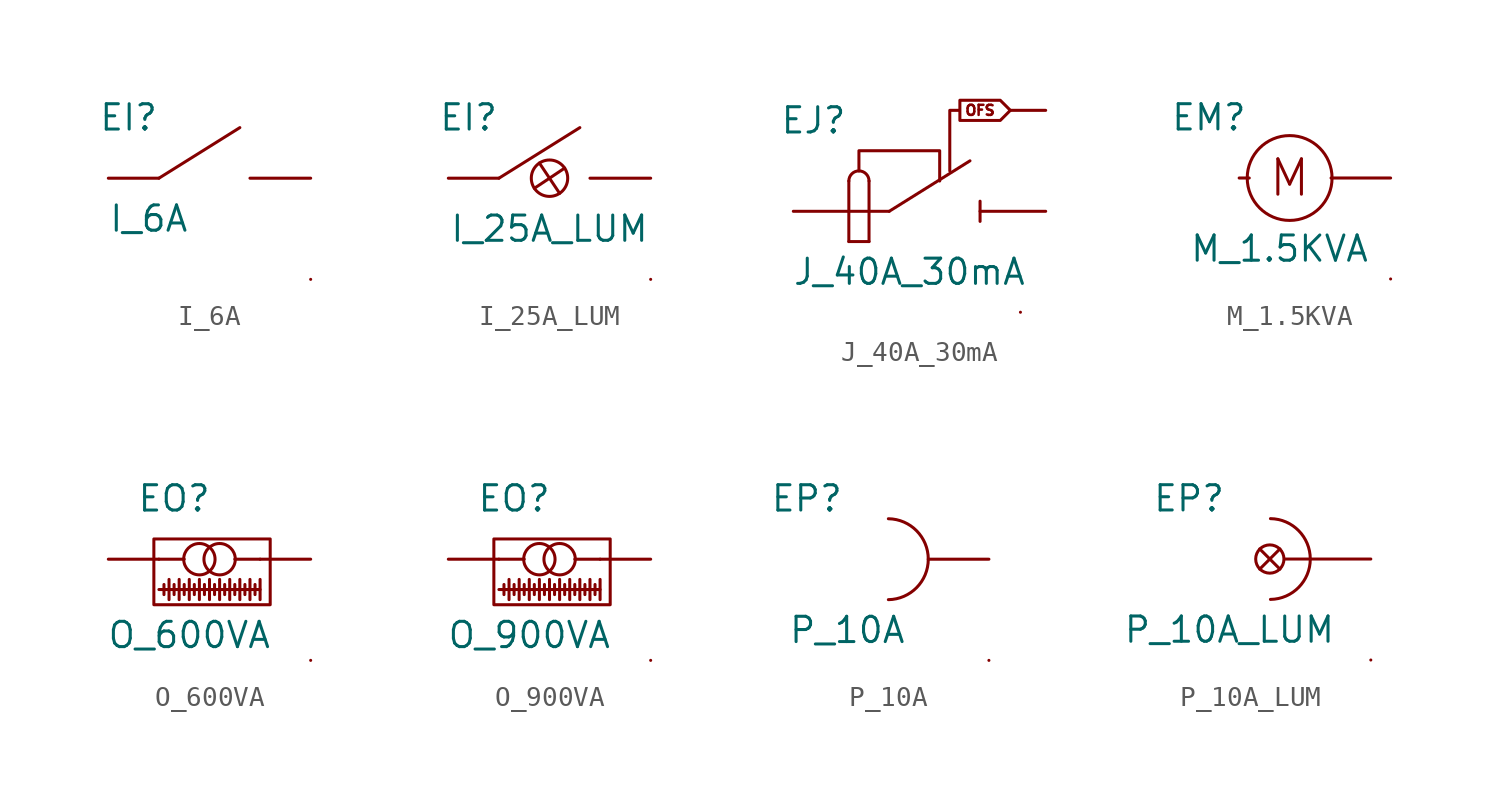
<source format=kicad_sym>
(kicad_symbol_lib
  (version 20201005)
  (generator kicad_symbol_editor)
  (symbol "elec-unifil:I_6A"
    (pin_numbers hide)
    (pin_names
      (offset 0.254))
    (property "Reference" "EI"
      (at -4.064 3.048 0)
      (effects (font (size 1.27 1.27))))
    (property "Value" "I_6A"
      (at -3.048 -2.032 0)
      (effects (font (size 1.27 1.27))))
    (symbol "I_6A_0_1"
      (polyline (pts (xy -2.54 0) (xy 1.524 2.54) (xy 1.524 2.54)) (stroke (width 0)) (fill (type none))))
    (symbol "I_6A_0_0"
      (polyline (pts (xy 5.08 -5.08) (xy 5.08 -5.08)) (stroke (width 0)) (fill (type none))))
    (symbol "I_6A_1_1"
      (pin passive line (at 5.08 0 180) (length 3.048) (name "~" (effects (font (size 1.016 1.016)))) (number "1" (effects (font (size 0.254 0.254)))))
      (pin passive line (at -5.08 0 0) (length 2.54) (name "~" (effects (font (size 1.016 1.016)))) (number "2" (effects (font (size 0.254 0.254)))))))
  (symbol "elec-unifil:I_25A_LUM"
    (pin_numbers hide)
    (pin_names
      (offset 0.254))
    (property "Reference" "EI"
      (at -4.064 3.048 0)
      (effects (font (size 1.27 1.27))))
    (property "Value" "I_25A_LUM"
      (at 0 -2.54 0)
      (effects (font (size 1.27 1.27))))
    (symbol "I_25A_LUM_0_1"
      (circle (center 0 0) (radius 0.914) (stroke (width 0)) (fill (type none)))
      (polyline (pts (xy 0.762 0.508) (xy -0.762 -0.508) (xy -0.762 -0.508)) (stroke (width 0)) (fill (type none)))
      (polyline (pts (xy -0.508 0.762) (xy 0.508 -0.762) (xy 0.508 -0.762) (xy 0.508 -0.762)) (stroke (width 0)) (fill (type none)))
      (polyline (pts (xy -2.54 0) (xy 1.524 2.54) (xy 1.524 2.54)) (stroke (width 0)) (fill (type none))))
    (symbol "I_25A_LUM_0_0"
      (polyline (pts (xy 5.08 -5.08) (xy 5.08 -5.08)) (stroke (width 0)) (fill (type none))))
    (symbol "I_25A_LUM_1_1"
      (pin passive line (at -5.08 0 0) (length 2.54) (name "~" (effects (font (size 1.016 1.016)))) (number "2" (effects (font (size 0.254 0.254)))))
      (pin passive line (at 5.08 0 180) (length 3.048) (name "~" (effects (font (size 1.016 1.016)))) (number "1" (effects (font (size 0.254 0.254)))))))
  (symbol "elec-unifil:J_40A_30mA"
    (pin_numbers hide)
    (pin_names
      (offset 0.254))
    (property "Reference" "EJ"
      (at -5.334 4.572 0)
      (effects (font (size 1.27 1.27))))
    (property "Value" "J_40A_30mA"
      (at -0.508 -3.048 0)
      (effects (font (size 1.27 1.27))))
    (symbol "J_40A_30mA_0_1"
      (arc (start -3.556 1.5249) (end -2.54 1.5249) (radius (at -3.048 1.524) (length 0.508) (angles 179.9 0.1)) (stroke (width 0)) (fill (type none)))
      (polyline (pts (xy -3.556 0) (xy -1.524 0) (xy -1.524 0)) (stroke (width 0)) (fill (type none)))
      (polyline (pts (xy -2.54 1.524) (xy -2.54 -1.524) (xy -2.54 -1.016) (xy -2.54 -1.016) (xy -2.54 -1.016)) (stroke (width 0)) (fill (type none)))
      (polyline (pts (xy -3.556 -1.524) (xy -2.54 -1.524) (xy -2.54 -1.524) (xy -2.54 -1.524) (xy -2.54 -1.524)) (stroke (width 0)) (fill (type none)))
      (polyline (pts (xy -3.048 2.032) (xy -3.048 3.048) (xy 1.016 3.048) (xy 1.016 1.524) (xy 1.016 1.524) (xy 1.016 1.524)) (stroke (width 0)) (fill (type none)))
      (polyline (pts (xy -1.524 0) (xy 2.54 2.54) (xy 2.54 2.54)) (stroke (width 0)) (fill (type none)))
      (polyline (pts (xy 1.524 2.032) (xy 1.524 5.08) (xy 2.032 5.08) (xy 2.032 5.588) (xy 4.064 5.588) (xy 4.572 5.08) (xy 4.064 4.572) (xy 2.032 4.572) (xy 2.032 5.08) (xy 2.032 5.08)) (stroke (width 0)) (fill (type none)))
      (polyline (pts (xy -3.556 1.524) (xy -3.556 -1.524) (xy -3.556 -1.524)) (stroke (width 0)) (fill (type none))))
    (symbol "J_40A_30mA_0_0"
      (text "OFS" (at 3.048 5.08 0) (effects (font (size 0.508 0.508))))
      (polyline (pts (xy 3.048 0.508) (xy 3.048 -0.508) (xy 3.048 -0.508) (xy 3.048 -0.508) (xy 3.048 -0.508)) (stroke (width 0)) (fill (type none)))
      (polyline (pts (xy 5.08 -5.08) (xy 5.08 -5.08)) (stroke (width 0)) (fill (type none))))
    (symbol "J_40A_30mA_1_1"
      (pin passive line (at 6.35 0 180) (length 3.302) (name "~" (effects (font (size 1.016 1.016)))) (number "1" (effects (font (size 0.254 0.254)))))
      (pin passive line (at -6.35 0 0) (length 2.794) (name "~" (effects (font (size 1.016 1.016)))) (number "2" (effects (font (size 0.254 0.254)))))
      (pin passive line (at 6.35 5.08 180) (length 1.778) (name "~" (effects (font (size 0.254 0.254)))) (number "3" (effects (font (size 0.254 0.254)))))))
  (symbol "elec-unifil:M_1.5KVA"
    (pin_numbers hide)
    (pin_names
      (offset 0.254))
    (property "Reference" "EM"
      (at -4.064 3.048 0)
      (effects (font (size 1.27 1.27))))
    (property "Value" "M_1.5KVA"
      (at -0.508 -3.556 0)
      (effects (font (size 1.27 1.27))))
    (symbol "M_1.5KVA_0_1"
      (circle (center 0 0) (radius 2.134) (stroke (width 0)) (fill (type none)))
      (polyline (pts (xy -2.54 0) (xy -2.032 0) (xy -2.032 0)) (stroke (width 0)) (fill (type none))))
    (symbol "M_1.5KVA_0_0"
      (text "M" (at 0 0 0) (effects (font (size 1.778 1.778))))
      (polyline (pts (xy 5.08 -5.08) (xy 5.08 -5.08)) (stroke (width 0)) (fill (type none))))
    (symbol "M_1.5KVA_1_1"
      (pin passive line (at 5.08 0 180) (length 2.997) (name "~" (effects (font (size 1.016 1.016)))) (number "1" (effects (font (size 0.254 0.254)))))))
  (symbol "elec-unifil:O_600VA"
    (pin_numbers hide)
    (pin_names
      (offset 0.254))
    (property "Reference" "EO"
      (at -1.778 3.048 0)
      (effects (font (size 1.27 1.27))))
    (property "Value" "O_600VA"
      (at -1.016 -3.81 0)
      (effects (font (size 1.27 1.27))))
    (symbol "O_600VA_0_1"
      (circle (center 0.508 0) (radius 0.787) (stroke (width 0)) (fill (type none)))
      (circle (center -0.508 0) (radius 0.787) (stroke (width 0)) (fill (type none)))
      (rectangle (start -2.794 1.016) (end 3.048 -2.286) (stroke (width 0)) (fill (type none)))
      (polyline (pts (xy 0.254 -1.27) (xy 0.254 -1.778) (xy 0.254 -1.778)) (stroke (width 0)) (fill (type none)))
      (polyline (pts (xy 1.27 0) (xy 2.54 0) (xy 2.54 0)) (stroke (width 0)) (fill (type none)))
      (polyline (pts (xy 1.778 -1.27) (xy 1.778 -1.778) (xy 1.778 -1.778)) (stroke (width 0)) (fill (type none)))
      (polyline (pts (xy -0.762 -1.27) (xy -0.762 -1.778) (xy -0.762 -1.778)) (stroke (width 0)) (fill (type none)))
      (polyline (pts (xy 2.54 -1.016) (xy 2.54 -2.032) (xy 2.54 -2.032)) (stroke (width 0)) (fill (type none)))
      (polyline (pts (xy 0.508 -1.016) (xy 0.508 -2.032) (xy 0.508 -2.032)) (stroke (width 0)) (fill (type none)))
      (polyline (pts (xy 1.27 -1.27) (xy 1.27 -1.778) (xy 1.27 -1.778)) (stroke (width 0)) (fill (type none)))
      (polyline (pts (xy 2.032 -1.016) (xy 2.032 -2.032) (xy 2.032 -2.032)) (stroke (width 0)) (fill (type none)))
      (polyline (pts (xy -1.27 -1.27) (xy -1.27 -1.778) (xy -1.27 -1.778)) (stroke (width 0)) (fill (type none)))
      (polyline (pts (xy -2.54 -1.524) (xy 2.54 -1.524) (xy 2.54 -1.524) (xy 2.54 -1.524) (xy 2.54 -1.524)) (stroke (width 0)) (fill (type none)))
      (polyline (pts (xy -1.778 -1.27) (xy -1.778 -1.778) (xy -1.778 -1.778)) (stroke (width 0)) (fill (type none)))
      (polyline (pts (xy -1.016 -1.016) (xy -1.016 -2.032) (xy -1.016 -2.032)) (stroke (width 0)) (fill (type none)))
      (polyline (pts (xy -2.286 -1.27) (xy -2.286 -1.778) (xy -2.286 -1.778)) (stroke (width 0)) (fill (type none)))
      (polyline (pts (xy 2.286 -1.27) (xy 2.286 -1.778) (xy 2.286 -1.778) (xy 2.286 -1.778)) (stroke (width 0)) (fill (type none)))
      (polyline (pts (xy -2.54 0) (xy -1.27 0) (xy -1.27 0)) (stroke (width 0)) (fill (type none)))
      (polyline (pts (xy -2.032 -1.016) (xy -2.032 -2.032) (xy -2.032 -2.032)) (stroke (width 0)) (fill (type none)))
      (polyline (pts (xy 1.524 -1.016) (xy 1.524 -2.032) (xy 1.524 -2.032)) (stroke (width 0)) (fill (type none)))
      (polyline (pts (xy -0.508 -1.016) (xy -0.508 -2.032) (xy -0.508 -2.032)) (stroke (width 0)) (fill (type none)))
      (polyline (pts (xy -1.524 -1.016) (xy -1.524 -2.032) (xy -1.524 -2.032)) (stroke (width 0)) (fill (type none)))
      (polyline (pts (xy 1.016 -1.016) (xy 1.016 -2.032) (xy 1.016 -2.032)) (stroke (width 0)) (fill (type none)))
      (polyline (pts (xy -0.254 -1.27) (xy -0.254 -1.778) (xy -0.254 -1.778)) (stroke (width 0)) (fill (type none)))
      (polyline (pts (xy 0.762 -1.27) (xy 0.762 -1.778) (xy 0.762 -1.778)) (stroke (width 0)) (fill (type none)))
      (polyline (pts (xy 0 -1.016) (xy 0 -2.032) (xy 0 -2.032)) (stroke (width 0)) (fill (type none))))
    (symbol "O_600VA_0_0"
      (polyline (pts (xy 5.08 -5.08) (xy 5.08 -5.08)) (stroke (width 0)) (fill (type none))))
    (symbol "O_600VA_1_1"
      (pin passive line (at -5.08 0 0) (length 2.54) (name "~" (effects (font (size 1.016 1.016)))) (number "2" (effects (font (size 0.254 0.254)))))
      (pin passive line (at 5.08 0 180) (length 2.54) (name "~" (effects (font (size 1.016 1.016)))) (number "1" (effects (font (size 0.254 0.254)))))))
  (symbol "elec-unifil:O_900VA"
    (pin_numbers hide)
    (pin_names
      (offset 0.254))
    (property "Reference" "EO"
      (at -1.778 3.048 0)
      (effects (font (size 1.27 1.27))))
    (property "Value" "O_900VA"
      (at -1.016 -3.81 0)
      (effects (font (size 1.27 1.27))))
    (symbol "O_900VA_0_1"
      (circle (center 0.508 0) (radius 0.787) (stroke (width 0)) (fill (type none)))
      (circle (center -0.508 0) (radius 0.787) (stroke (width 0)) (fill (type none)))
      (rectangle (start -2.794 1.016) (end 3.048 -2.286) (stroke (width 0)) (fill (type none)))
      (polyline (pts (xy 0.254 -1.27) (xy 0.254 -1.778) (xy 0.254 -1.778)) (stroke (width 0)) (fill (type none)))
      (polyline (pts (xy 1.27 0) (xy 2.54 0) (xy 2.54 0)) (stroke (width 0)) (fill (type none)))
      (polyline (pts (xy 1.778 -1.27) (xy 1.778 -1.778) (xy 1.778 -1.778)) (stroke (width 0)) (fill (type none)))
      (polyline (pts (xy -0.762 -1.27) (xy -0.762 -1.778) (xy -0.762 -1.778)) (stroke (width 0)) (fill (type none)))
      (polyline (pts (xy 2.54 -1.016) (xy 2.54 -2.032) (xy 2.54 -2.032)) (stroke (width 0)) (fill (type none)))
      (polyline (pts (xy 0.508 -1.016) (xy 0.508 -2.032) (xy 0.508 -2.032)) (stroke (width 0)) (fill (type none)))
      (polyline (pts (xy 1.27 -1.27) (xy 1.27 -1.778) (xy 1.27 -1.778)) (stroke (width 0)) (fill (type none)))
      (polyline (pts (xy 2.032 -1.016) (xy 2.032 -2.032) (xy 2.032 -2.032)) (stroke (width 0)) (fill (type none)))
      (polyline (pts (xy -1.27 -1.27) (xy -1.27 -1.778) (xy -1.27 -1.778)) (stroke (width 0)) (fill (type none)))
      (polyline (pts (xy -2.54 -1.524) (xy 2.54 -1.524) (xy 2.54 -1.524) (xy 2.54 -1.524) (xy 2.54 -1.524)) (stroke (width 0)) (fill (type none)))
      (polyline (pts (xy -1.778 -1.27) (xy -1.778 -1.778) (xy -1.778 -1.778)) (stroke (width 0)) (fill (type none)))
      (polyline (pts (xy -1.016 -1.016) (xy -1.016 -2.032) (xy -1.016 -2.032)) (stroke (width 0)) (fill (type none)))
      (polyline (pts (xy -2.286 -1.27) (xy -2.286 -1.778) (xy -2.286 -1.778)) (stroke (width 0)) (fill (type none)))
      (polyline (pts (xy 2.286 -1.27) (xy 2.286 -1.778) (xy 2.286 -1.778) (xy 2.286 -1.778)) (stroke (width 0)) (fill (type none)))
      (polyline (pts (xy -2.54 0) (xy -1.27 0) (xy -1.27 0)) (stroke (width 0)) (fill (type none)))
      (polyline (pts (xy -2.032 -1.016) (xy -2.032 -2.032) (xy -2.032 -2.032)) (stroke (width 0)) (fill (type none)))
      (polyline (pts (xy 1.524 -1.016) (xy 1.524 -2.032) (xy 1.524 -2.032)) (stroke (width 0)) (fill (type none)))
      (polyline (pts (xy -0.508 -1.016) (xy -0.508 -2.032) (xy -0.508 -2.032)) (stroke (width 0)) (fill (type none)))
      (polyline (pts (xy -1.524 -1.016) (xy -1.524 -2.032) (xy -1.524 -2.032)) (stroke (width 0)) (fill (type none)))
      (polyline (pts (xy 1.016 -1.016) (xy 1.016 -2.032) (xy 1.016 -2.032)) (stroke (width 0)) (fill (type none)))
      (polyline (pts (xy -0.254 -1.27) (xy -0.254 -1.778) (xy -0.254 -1.778)) (stroke (width 0)) (fill (type none)))
      (polyline (pts (xy 0.762 -1.27) (xy 0.762 -1.778) (xy 0.762 -1.778)) (stroke (width 0)) (fill (type none)))
      (polyline (pts (xy 0 -1.016) (xy 0 -2.032) (xy 0 -2.032)) (stroke (width 0)) (fill (type none))))
    (symbol "O_900VA_0_0"
      (polyline (pts (xy 5.08 -5.08) (xy 5.08 -5.08)) (stroke (width 0)) (fill (type none))))
    (symbol "O_900VA_1_1"
      (pin passive line (at -5.08 0 0) (length 2.54) (name "~" (effects (font (size 1.016 1.016)))) (number "2" (effects (font (size 0.254 0.254)))))
      (pin passive line (at 5.08 0 180) (length 2.54) (name "~" (effects (font (size 1.016 1.016)))) (number "1" (effects (font (size 0.254 0.254)))))))
  (symbol "elec-unifil:P_10A"
    (pin_numbers hide)
    (pin_names
      (offset 0.254))
    (property "Reference" "EP"
      (at -4.064 3.048 0)
      (effects (font (size 1.27 1.27))))
    (property "Value" "P_10A"
      (at -2.032 -3.556 0)
      (effects (font (size 1.27 1.27))))
    (symbol "P_10A_0_0"
      (arc (start 0.0319 2.0317) (end 0.0319 -2.0317) (radius (at 0 0) (length 2.032) (angles 89.1 -89.1)) (stroke (width 0)) (fill (type none)))
      (polyline (pts (xy 5.08 -5.08) (xy 5.08 -5.08)) (stroke (width 0)) (fill (type none))))
    (symbol "P_10A_1_1"
      (pin passive line (at 5.08 0 180) (length 3.048) (name "~" (effects (font (size 1.016 1.016)))) (number "1" (effects (font (size 0.254 0.254)))))))
  (symbol "elec-unifil:P_10A_LUM"
    (pin_numbers hide)
    (pin_names
      (offset 0.254))
    (property "Reference" "EP"
      (at -4.064 3.048 0)
      (effects (font (size 1.27 1.27))))
    (property "Value" "P_10A_LUM"
      (at -2.032 -3.556 0)
      (effects (font (size 1.27 1.27))))
    (symbol "P_10A_LUM_0_0"
      (arc (start 0.0319 2.0317) (end 0.0319 -2.0317) (radius (at 0 0) (length 2.032) (angles 89.1 -89.1)) (stroke (width 0)) (fill (type none)))
      (circle (center 0 0) (radius 0.711) (stroke (width 0)) (fill (type none)))
      (polyline (pts (xy -0.508 -0.508) (xy 0.508 0.508) (xy 0.508 0.508)) (stroke (width 0)) (fill (type none)))
      (polyline (pts (xy -0.508 0.508) (xy 0.508 -0.508) (xy 0.508 -0.508)) (stroke (width 0)) (fill (type none)))
      (polyline (pts (xy 0.762 0) (xy 2.032 0) (xy 2.032 0) (xy 2.032 0)) (stroke (width 0)) (fill (type none)))
      (polyline (pts (xy 5.08 -5.08) (xy 5.08 -5.08)) (stroke (width 0)) (fill (type none))))
    (symbol "P_10A_LUM_1_1"
      (pin passive line (at 5.08 0 180) (length 3.048) (name "~" (effects (font (size 1.016 1.016)))) (number "1" (effects (font (size 0.254 0.254))))))))
</source>
